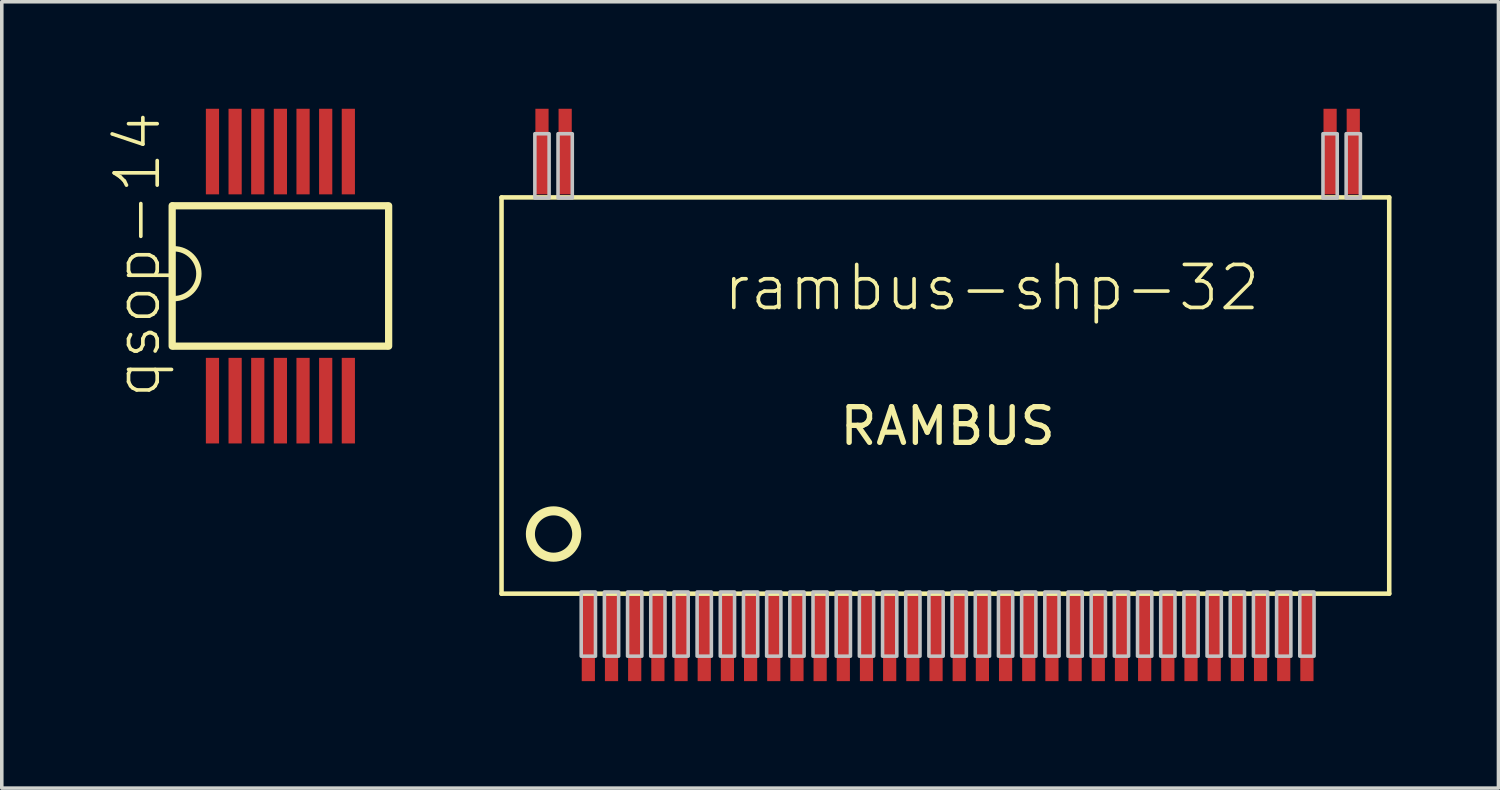
<source format=kicad_pcb>
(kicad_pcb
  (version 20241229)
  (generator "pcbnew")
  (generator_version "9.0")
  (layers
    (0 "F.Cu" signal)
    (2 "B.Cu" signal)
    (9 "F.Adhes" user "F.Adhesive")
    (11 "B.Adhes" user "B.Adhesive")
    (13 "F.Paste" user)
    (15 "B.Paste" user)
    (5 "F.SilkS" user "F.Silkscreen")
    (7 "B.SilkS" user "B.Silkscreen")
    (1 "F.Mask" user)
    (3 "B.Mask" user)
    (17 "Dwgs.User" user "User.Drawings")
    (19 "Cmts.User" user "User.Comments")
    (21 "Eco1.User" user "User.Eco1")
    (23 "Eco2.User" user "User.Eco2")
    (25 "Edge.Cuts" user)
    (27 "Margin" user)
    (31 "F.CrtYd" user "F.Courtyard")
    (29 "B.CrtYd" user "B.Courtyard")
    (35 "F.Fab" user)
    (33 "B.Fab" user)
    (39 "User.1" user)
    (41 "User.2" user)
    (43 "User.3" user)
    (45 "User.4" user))
  (footprint "rambus-shp-32"
    (layer "F.Cu")
    (at 23.523 8.899)
    (property "Reference" "rambus-shp-32" (at -6.35 -3.175 0) (layer "F.SilkS") (effects (font (size 1.206 1.206) (thickness 0.102)) (justify left bottom)))
    (attr through_hole)
    (fp_line (start -12.509 -6.413) (end -12.509 4.699) (stroke (width 0.127) (type solid)) (layer "F.SilkS"))
    (fp_line (start -12.509 4.699) (end 12.383 4.699) (stroke (width 0.127) (type solid)) (layer "F.SilkS"))
    (fp_line (start 12.383 -6.413) (end -12.509 -6.413) (stroke (width 0.127) (type solid)) (layer "F.SilkS"))
    (fp_line (start 12.383 4.699) (end 12.383 -6.413) (stroke (width 0.127) (type solid)) (layer "F.SilkS"))
    (fp_circle (center -11.05 3.026) (end -10.4 3.026) (stroke (width 0.254) (type solid)) (fill no) (layer "F.SilkS"))
    (fp_poly (pts (xy -11.575 -6.399) (xy -11.175 -6.399) (xy -11.175 -8.199) (xy -11.575 -8.199)) (stroke (width 0.1) (type solid)) (fill no) (layer "Dwgs.User"))
    (fp_poly (pts (xy -10.925 -6.399) (xy -10.525 -6.399) (xy -10.525 -8.199) (xy -10.925 -8.199)) (stroke (width 0.1) (type solid)) (fill no) (layer "Dwgs.User"))
    (fp_poly (pts (xy -10.275 6.451) (xy -9.875 6.451) (xy -9.875 4.651) (xy -10.275 4.651)) (stroke (width 0.1) (type solid)) (fill no) (layer "Dwgs.User"))
    (fp_poly (pts (xy -9.625 6.451) (xy -9.225 6.451) (xy -9.225 4.651) (xy -9.625 4.651)) (stroke (width 0.1) (type solid)) (fill no) (layer "Dwgs.User"))
    (fp_poly (pts (xy -8.975 6.451) (xy -8.575 6.451) (xy -8.575 4.651) (xy -8.975 4.651)) (stroke (width 0.1) (type solid)) (fill no) (layer "Dwgs.User"))
    (fp_poly (pts (xy -8.325 6.451) (xy -7.925 6.451) (xy -7.925 4.651) (xy -8.325 4.651)) (stroke (width 0.1) (type solid)) (fill no) (layer "Dwgs.User"))
    (fp_poly (pts (xy -7.675 6.451) (xy -7.275 6.451) (xy -7.275 4.651) (xy -7.675 4.651)) (stroke (width 0.1) (type solid)) (fill no) (layer "Dwgs.User"))
    (fp_poly (pts (xy -7.025 6.451) (xy -6.625 6.451) (xy -6.625 4.651) (xy -7.025 4.651)) (stroke (width 0.1) (type solid)) (fill no) (layer "Dwgs.User"))
    (fp_poly (pts (xy -6.375 6.451) (xy -5.975 6.451) (xy -5.975 4.651) (xy -6.375 4.651)) (stroke (width 0.1) (type solid)) (fill no) (layer "Dwgs.User"))
    (fp_poly (pts (xy -5.725 6.451) (xy -5.325 6.451) (xy -5.325 4.651) (xy -5.725 4.651)) (stroke (width 0.1) (type solid)) (fill no) (layer "Dwgs.User"))
    (fp_poly (pts (xy -5.075 6.451) (xy -4.675 6.451) (xy -4.675 4.651) (xy -5.075 4.651)) (stroke (width 0.1) (type solid)) (fill no) (layer "Dwgs.User"))
    (fp_poly (pts (xy -4.425 6.451) (xy -4.025 6.451) (xy -4.025 4.651) (xy -4.425 4.651)) (stroke (width 0.1) (type solid)) (fill no) (layer "Dwgs.User"))
    (fp_poly (pts (xy -3.775 6.451) (xy -3.375 6.451) (xy -3.375 4.651) (xy -3.775 4.651)) (stroke (width 0.1) (type solid)) (fill no) (layer "Dwgs.User"))
    (fp_poly (pts (xy -3.125 6.451) (xy -2.725 6.451) (xy -2.725 4.651) (xy -3.125 4.651)) (stroke (width 0.1) (type solid)) (fill no) (layer "Dwgs.User"))
    (fp_poly (pts (xy -2.475 6.451) (xy -2.075 6.451) (xy -2.075 4.651) (xy -2.475 4.651)) (stroke (width 0.1) (type solid)) (fill no) (layer "Dwgs.User"))
    (fp_poly (pts (xy -1.825 6.451) (xy -1.425 6.451) (xy -1.425 4.651) (xy -1.825 4.651)) (stroke (width 0.1) (type solid)) (fill no) (layer "Dwgs.User"))
    (fp_poly (pts (xy -1.175 6.451) (xy -0.775 6.451) (xy -0.775 4.651) (xy -1.175 4.651)) (stroke (width 0.1) (type solid)) (fill no) (layer "Dwgs.User"))
    (fp_poly (pts (xy -0.525 6.451) (xy -0.125 6.451) (xy -0.125 4.651) (xy -0.525 4.651)) (stroke (width 0.1) (type solid)) (fill no) (layer "Dwgs.User"))
    (fp_poly (pts (xy 0.125 6.451) (xy 0.525 6.451) (xy 0.525 4.651) (xy 0.125 4.651)) (stroke (width 0.1) (type solid)) (fill no) (layer "Dwgs.User"))
    (fp_poly (pts (xy 0.775 6.451) (xy 1.175 6.451) (xy 1.175 4.651) (xy 0.775 4.651)) (stroke (width 0.1) (type solid)) (fill no) (layer "Dwgs.User"))
    (fp_poly (pts (xy 1.425 6.451) (xy 1.825 6.451) (xy 1.825 4.651) (xy 1.425 4.651)) (stroke (width 0.1) (type solid)) (fill no) (layer "Dwgs.User"))
    (fp_poly (pts (xy 2.075 6.451) (xy 2.475 6.451) (xy 2.475 4.651) (xy 2.075 4.651)) (stroke (width 0.1) (type solid)) (fill no) (layer "Dwgs.User"))
    (fp_poly (pts (xy 2.725 6.451) (xy 3.125 6.451) (xy 3.125 4.651) (xy 2.725 4.651)) (stroke (width 0.1) (type solid)) (fill no) (layer "Dwgs.User"))
    (fp_poly (pts (xy 3.375 6.451) (xy 3.775 6.451) (xy 3.775 4.651) (xy 3.375 4.651)) (stroke (width 0.1) (type solid)) (fill no) (layer "Dwgs.User"))
    (fp_poly (pts (xy 4.025 6.451) (xy 4.425 6.451) (xy 4.425 4.651) (xy 4.025 4.651)) (stroke (width 0.1) (type solid)) (fill no) (layer "Dwgs.User"))
    (fp_poly (pts (xy 4.675 6.451) (xy 5.075 6.451) (xy 5.075 4.651) (xy 4.675 4.651)) (stroke (width 0.1) (type solid)) (fill no) (layer "Dwgs.User"))
    (fp_poly (pts (xy 5.325 6.451) (xy 5.725 6.451) (xy 5.725 4.651) (xy 5.325 4.651)) (stroke (width 0.1) (type solid)) (fill no) (layer "Dwgs.User"))
    (fp_poly (pts (xy 5.975 6.451) (xy 6.375 6.451) (xy 6.375 4.651) (xy 5.975 4.651)) (stroke (width 0.1) (type solid)) (fill no) (layer "Dwgs.User"))
    (fp_poly (pts (xy 6.625 6.451) (xy 7.025 6.451) (xy 7.025 4.651) (xy 6.625 4.651)) (stroke (width 0.1) (type solid)) (fill no) (layer "Dwgs.User"))
    (fp_poly (pts (xy 7.275 6.451) (xy 7.675 6.451) (xy 7.675 4.651) (xy 7.275 4.651)) (stroke (width 0.1) (type solid)) (fill no) (layer "Dwgs.User"))
    (fp_poly (pts (xy 7.925 6.451) (xy 8.325 6.451) (xy 8.325 4.651) (xy 7.925 4.651)) (stroke (width 0.1) (type solid)) (fill no) (layer "Dwgs.User"))
    (fp_poly (pts (xy 8.575 6.451) (xy 8.975 6.451) (xy 8.975 4.651) (xy 8.575 4.651)) (stroke (width 0.1) (type solid)) (fill no) (layer "Dwgs.User"))
    (fp_poly (pts (xy 9.225 6.451) (xy 9.625 6.451) (xy 9.625 4.651) (xy 9.225 4.651)) (stroke (width 0.1) (type solid)) (fill no) (layer "Dwgs.User"))
    (fp_poly (pts (xy 9.875 6.451) (xy 10.275 6.451) (xy 10.275 4.651) (xy 9.875 4.651)) (stroke (width 0.1) (type solid)) (fill no) (layer "Dwgs.User"))
    (fp_poly (pts (xy 10.525 -6.399) (xy 10.925 -6.399) (xy 10.925 -8.199) (xy 10.525 -8.199)) (stroke (width 0.1) (type solid)) (fill no) (layer "Dwgs.User"))
    (fp_poly (pts (xy 11.175 -6.399) (xy 11.575 -6.399) (xy 11.575 -8.199) (xy 11.175 -8.199)) (stroke (width 0.1) (type solid)) (fill no) (layer "Dwgs.User"))
    (fp_text user "RAMBUS" (at 0 0 0) (layer "F.SilkS") (effects (font (size 1 1) (thickness 0.15))))
    (pad "1" smd rect (at -10.075 5.951) (size 0.37 2.4) (layers "F.Cu" "F.Mask" "F.Paste"))
    (pad "2" smd rect (at -9.425 5.951) (size 0.37 2.4) (layers "F.Cu" "F.Mask" "F.Paste"))
    (pad "3" smd rect (at -8.775 5.951) (size 0.37 2.4) (layers "F.Cu" "F.Mask" "F.Paste"))
    (pad "4" smd rect (at -8.125 5.951) (size 0.37 2.4) (layers "F.Cu" "F.Mask" "F.Paste"))
    (pad "5" smd rect (at -7.475 5.951) (size 0.37 2.4) (layers "F.Cu" "F.Mask" "F.Paste"))
    (pad "6" smd rect (at -6.825 5.951) (size 0.37 2.4) (layers "F.Cu" "F.Mask" "F.Paste"))
    (pad "7" smd rect (at -6.175 5.951) (size 0.37 2.4) (layers "F.Cu" "F.Mask" "F.Paste"))
    (pad "8" smd rect (at -5.525 5.951) (size 0.37 2.4) (layers "F.Cu" "F.Mask" "F.Paste"))
    (pad "9" smd rect (at -4.875 5.951) (size 0.37 2.4) (layers "F.Cu" "F.Mask" "F.Paste"))
    (pad "10" smd rect (at -4.225 5.951) (size 0.37 2.4) (layers "F.Cu" "F.Mask" "F.Paste"))
    (pad "11" smd rect (at -3.575 5.951) (size 0.37 2.4) (layers "F.Cu" "F.Mask" "F.Paste"))
    (pad "12" smd rect (at -2.925 5.951) (size 0.37 2.4) (layers "F.Cu" "F.Mask" "F.Paste"))
    (pad "13" smd rect (at -2.275 5.951) (size 0.37 2.4) (layers "F.Cu" "F.Mask" "F.Paste"))
    (pad "14" smd rect (at -1.625 5.951) (size 0.37 2.4) (layers "F.Cu" "F.Mask" "F.Paste"))
    (pad "15" smd rect (at -0.975 5.951) (size 0.37 2.4) (layers "F.Cu" "F.Mask" "F.Paste"))
    (pad "16" smd rect (at -0.325 5.951) (size 0.37 2.4) (layers "F.Cu" "F.Mask" "F.Paste"))
    (pad "17" smd rect (at 0.325 5.951) (size 0.37 2.4) (layers "F.Cu" "F.Mask" "F.Paste"))
    (pad "18" smd rect (at 0.975 5.951) (size 0.37 2.4) (layers "F.Cu" "F.Mask" "F.Paste"))
    (pad "19" smd rect (at 1.625 5.951) (size 0.37 2.4) (layers "F.Cu" "F.Mask" "F.Paste"))
    (pad "20" smd rect (at 2.275 5.951) (size 0.37 2.4) (layers "F.Cu" "F.Mask" "F.Paste"))
    (pad "21" smd rect (at 2.925 5.951) (size 0.37 2.4) (layers "F.Cu" "F.Mask" "F.Paste"))
    (pad "22" smd rect (at 3.575 5.951) (size 0.37 2.4) (layers "F.Cu" "F.Mask" "F.Paste"))
    (pad "23" smd rect (at 4.225 5.951) (size 0.37 2.4) (layers "F.Cu" "F.Mask" "F.Paste"))
    (pad "24" smd rect (at 4.875 5.951) (size 0.37 2.4) (layers "F.Cu" "F.Mask" "F.Paste"))
    (pad "25" smd rect (at 5.525 5.951) (size 0.37 2.4) (layers "F.Cu" "F.Mask" "F.Paste"))
    (pad "26" smd rect (at 6.175 5.951) (size 0.37 2.4) (layers "F.Cu" "F.Mask" "F.Paste"))
    (pad "27" smd rect (at 6.825 5.951) (size 0.37 2.4) (layers "F.Cu" "F.Mask" "F.Paste"))
    (pad "28" smd rect (at 7.475 5.951) (size 0.37 2.4) (layers "F.Cu" "F.Mask" "F.Paste"))
    (pad "29" smd rect (at 8.125 5.951) (size 0.37 2.4) (layers "F.Cu" "F.Mask" "F.Paste"))
    (pad "30" smd rect (at 8.775 5.951) (size 0.37 2.4) (layers "F.Cu" "F.Mask" "F.Paste"))
    (pad "31" smd rect (at 9.425 5.951) (size 0.37 2.4) (layers "F.Cu" "F.Mask" "F.Paste"))
    (pad "32" smd rect (at 10.075 5.951) (size 0.37 2.4) (layers "F.Cu" "F.Mask" "F.Paste"))
    (pad "M1" smd rect (at 11.375 -7.699 180) (size 0.37 2.4) (layers "F.Cu" "F.Mask" "F.Paste"))
    (pad "M2" smd rect (at 10.725 -7.699 180) (size 0.37 2.4) (layers "F.Cu" "F.Mask" "F.Paste"))
    (pad "M3" smd rect (at -10.725 -7.699 180) (size 0.37 2.4) (layers "F.Cu" "F.Mask" "F.Paste"))
    (pad "M4" smd rect (at -11.375 -7.699 180) (size 0.37 2.4) (layers "F.Cu" "F.Mask" "F.Paste")))
  (footprint "qsop-14"
    (layer "F.Cu")
    (at 4.813 4.625)
    (property "Reference" "qsop-14" (at -3.302 3.556 90) (layer "F.SilkS") (effects (font (size 1.206 1.206) (thickness 0.102)) (justify left bottom)))
    (attr through_hole)
    (fp_line (start -3.035 2.032) (end -3.035 -1.905) (stroke (width 0.203) (type solid)) (layer "F.SilkS"))
    (fp_line (start -3.022 -1.905) (end 2.985 -1.905) (stroke (width 0.203) (type solid)) (layer "F.SilkS"))
    (fp_line (start 2.985 2.032) (end -2.985 2.032) (stroke (width 0.203) (type solid)) (layer "F.SilkS"))
    (fp_line (start 3.035 -1.905) (end 3.035 2.032) (stroke (width 0.203) (type solid)) (layer "F.SilkS"))
    (fp_arc (start -2.9845 -0.6985) (mid -2.286 0) (end -2.9845 0.6985) (stroke (width 0.15) (type solid)) (layer "F.SilkS"))
    (pad "1" smd rect (at -1.905 3.56 270) (size 2.4 0.37) (layers "F.Cu" "F.Mask" "F.Paste"))
    (pad "2" smd rect (at -1.27 3.56 270) (size 2.4 0.37) (layers "F.Cu" "F.Mask" "F.Paste"))
    (pad "3" smd rect (at -0.635 3.56 270) (size 2.4 0.37) (layers "F.Cu" "F.Mask" "F.Paste"))
    (pad "4" smd rect (at -0.000063 3.56 270) (size 2.4 0.37) (layers "F.Cu" "F.Mask" "F.Paste"))
    (pad "5" smd rect (at 0.635 3.56 270) (size 2.4 0.37) (layers "F.Cu" "F.Mask" "F.Paste"))
    (pad "6" smd rect (at 1.27 3.56 270) (size 2.4 0.37) (layers "F.Cu" "F.Mask" "F.Paste"))
    (pad "7" smd rect (at 1.905 3.56 270) (size 2.4 0.37) (layers "F.Cu" "F.Mask" "F.Paste"))
    (pad "8" smd rect (at 1.905 -3.425 90) (size 2.4 0.37) (layers "F.Cu" "F.Mask" "F.Paste"))
    (pad "9" smd rect (at 1.27 -3.425 90) (size 2.4 0.37) (layers "F.Cu" "F.Mask" "F.Paste"))
    (pad "10" smd rect (at 0.635 -3.425 90) (size 2.4 0.37) (layers "F.Cu" "F.Mask" "F.Paste"))
    (pad "11" smd rect (at -0.000063 -3.425 90) (size 2.4 0.37) (layers "F.Cu" "F.Mask" "F.Paste"))
    (pad "12" smd rect (at -0.635 -3.425 90) (size 2.4 0.37) (layers "F.Cu" "F.Mask" "F.Paste"))
    (pad "13" smd rect (at -1.27 -3.425 90) (size 2.4 0.37) (layers "F.Cu" "F.Mask" "F.Paste"))
    (pad "14" smd rect (at -1.905 -3.425 90) (size 2.4 0.37) (layers "F.Cu" "F.Mask" "F.Paste")))
  (gr_rect
    (start -3 -3)
    (end 38.969 19.05)
    (stroke (width 0.1) (type default))
    (fill no)
    (layer "Edge.Cuts")))
</source>
